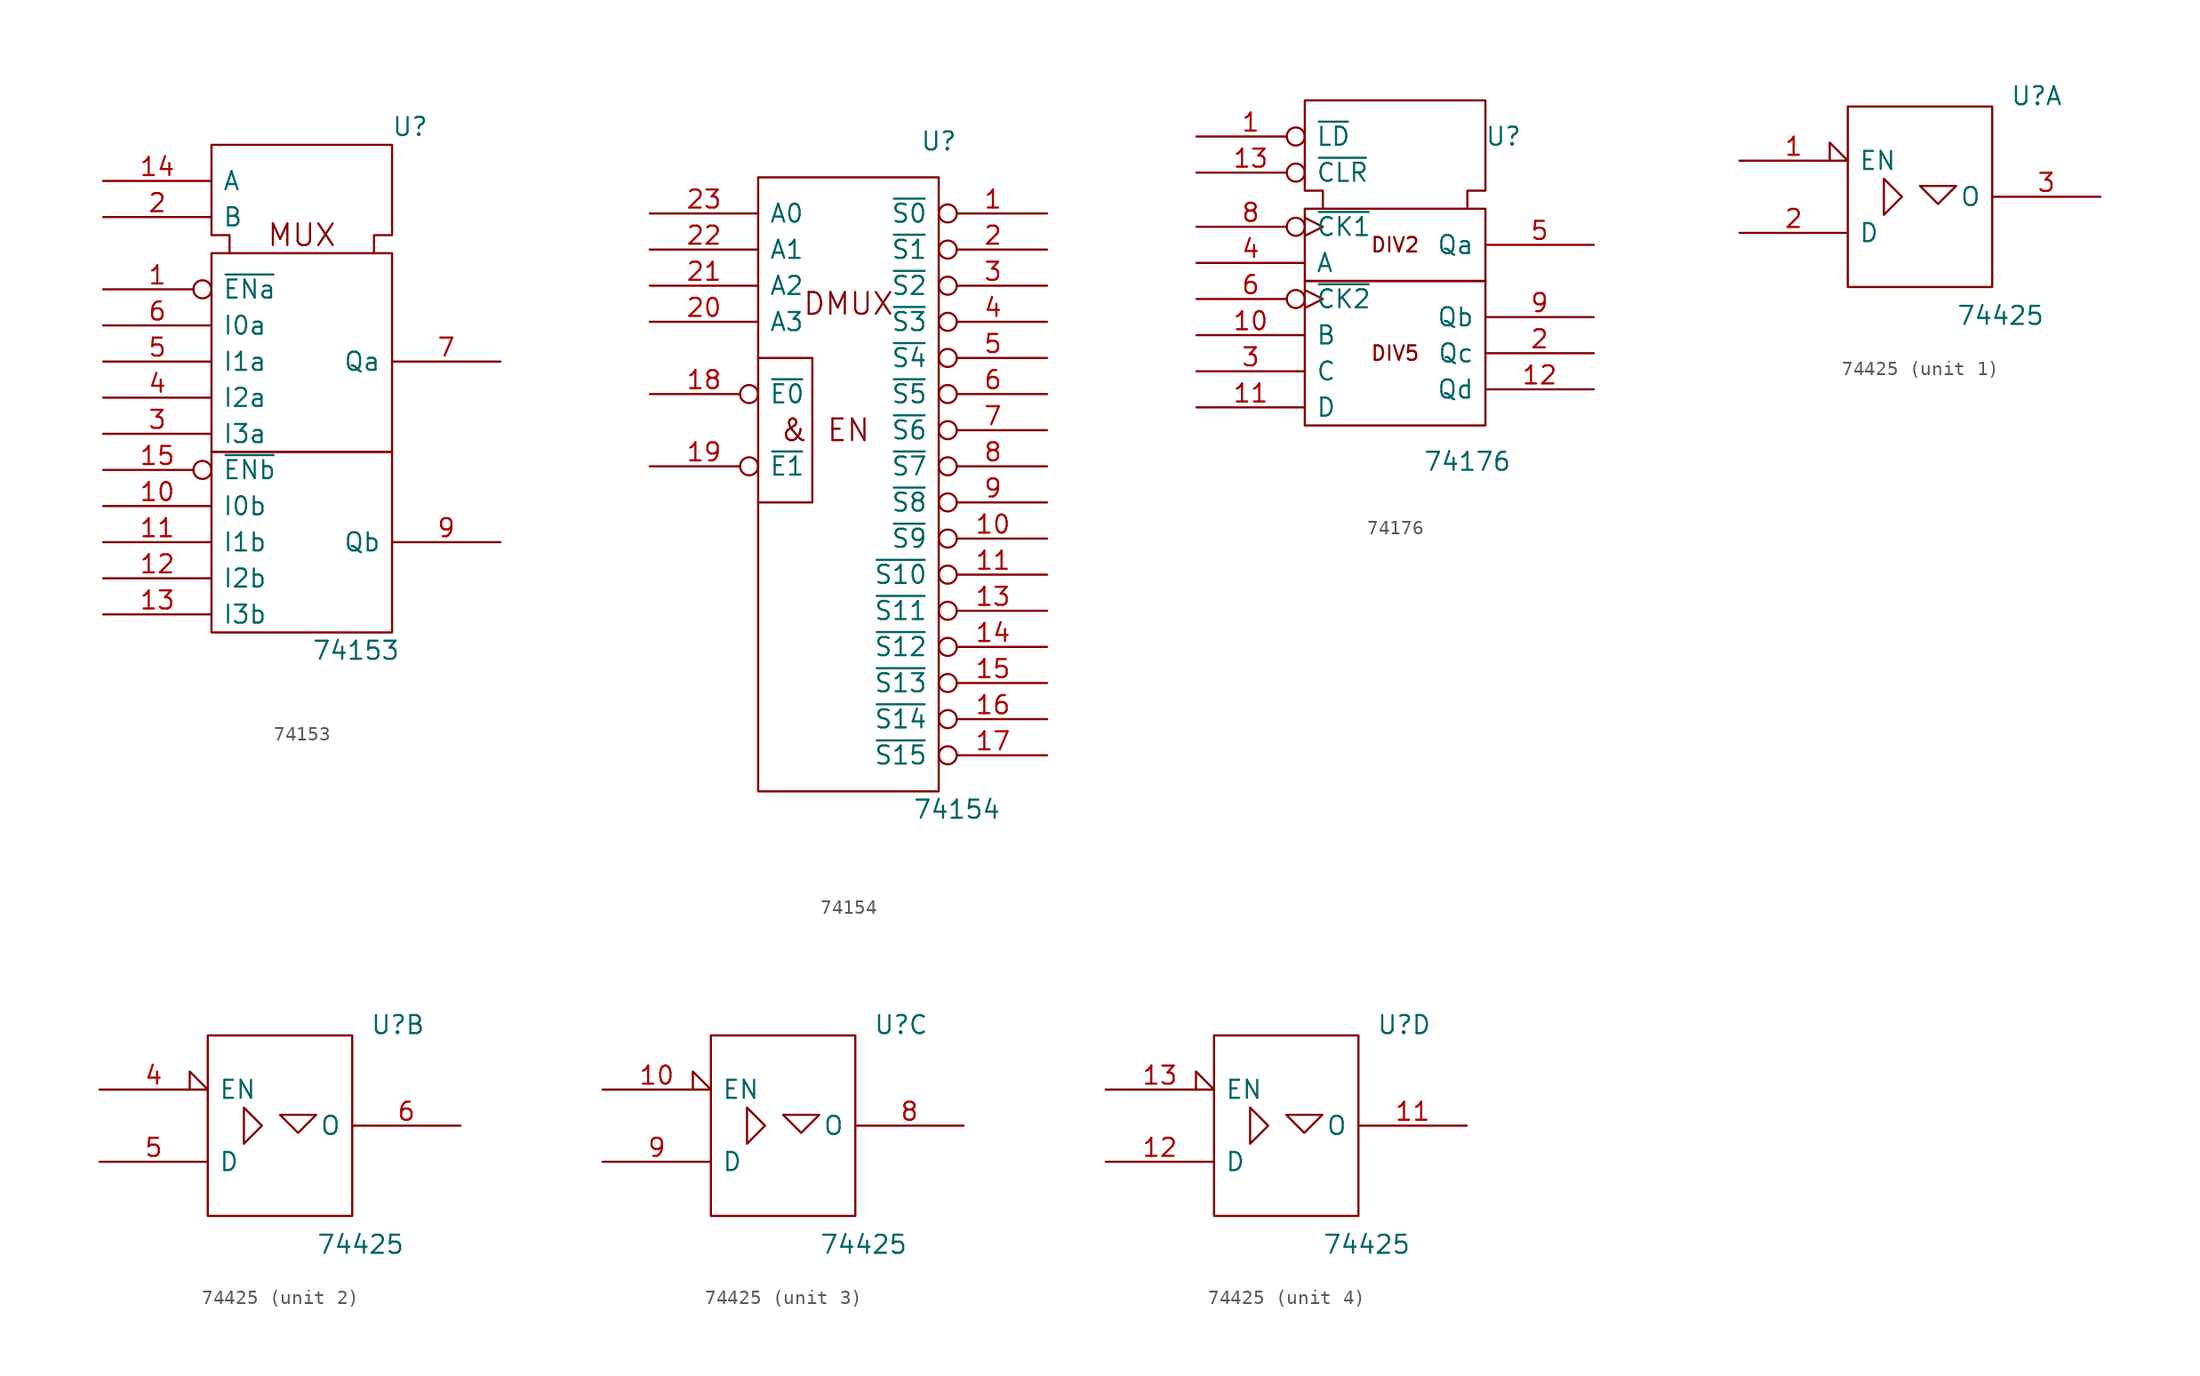
<source format=kicad_sym>
(kicad_symbol_lib
  (version 20201005)
  (generator kicad_symbol_editor)
  (symbol "74153"
    (pin_names
      (offset 0.762))
    (property "Reference" "U"
      (at 7.62 20.32 0)
      (effects (font (size 1.27 1.27))))
    (property "Value" "74153"
      (at 3.81 -16.51 0)
      (effects (font (size 1.27 1.27))))
    (symbol "74153_0_0"
      (text "MUX" (at 0 12.7 0) (effects (font (size 1.524 1.524))))
      (rectangle (start -6.35 -2.54) (end 6.35 -15.24) (stroke (width 0)) (fill (type none)))
      (rectangle (start -6.35 11.43) (end 6.35 -2.54) (stroke (width 0)) (fill (type none)))
      (polyline (pts (xy -5.08 11.43) (xy -5.08 12.7) (xy -6.35 12.7) (xy -6.35 19.05) (xy 6.35 19.05) (xy 6.35 12.7) (xy 5.08 12.7) (xy 5.08 11.43) (xy 5.08 11.43)) (stroke (width 0)) (fill (type none)))
      (pin power_in line (at 0 19.05 270) (length 0) hide (name "GND" (effects (font (size 1.27 1.27)))) (number "8" (effects (font (size 1.27 1.27)))))
      (pin power_in line (at 5.08 19.05 270) (length 0) hide (name "VCC" (effects (font (size 1.27 1.27)))) (number "16" (effects (font (size 1.27 1.27))))))
    (symbol "74153_1_1"
      (pin output line (at 13.97 -8.89 180) (length 7.62) (name "Qb" (effects (font (size 1.27 1.27)))) (number "9" (effects (font (size 1.27 1.27)))))
      (pin output line (at 13.97 3.81 180) (length 7.62) (name "Qa" (effects (font (size 1.27 1.27)))) (number "7" (effects (font (size 1.27 1.27)))))
      (pin input line (at -13.97 -13.97 0) (length 7.62) (name "I3b" (effects (font (size 1.27 1.27)))) (number "13" (effects (font (size 1.27 1.27)))))
      (pin input line (at -13.97 -11.43 0) (length 7.62) (name "I2b" (effects (font (size 1.27 1.27)))) (number "12" (effects (font (size 1.27 1.27)))))
      (pin input line (at -13.97 -8.89 0) (length 7.62) (name "I1b" (effects (font (size 1.27 1.27)))) (number "11" (effects (font (size 1.27 1.27)))))
      (pin input line (at -13.97 -6.35 0) (length 7.62) (name "I0b" (effects (font (size 1.27 1.27)))) (number "10" (effects (font (size 1.27 1.27)))))
      (pin input inverted (at -13.97 -3.81 0) (length 7.62) (name "~ENb" (effects (font (size 1.27 1.27)))) (number "15" (effects (font (size 1.27 1.27)))))
      (pin input line (at -13.97 -1.27 0) (length 7.62) (name "I3a" (effects (font (size 1.27 1.27)))) (number "3" (effects (font (size 1.27 1.27)))))
      (pin input line (at -13.97 1.27 0) (length 7.62) (name "I2a" (effects (font (size 1.27 1.27)))) (number "4" (effects (font (size 1.27 1.27)))))
      (pin input line (at -13.97 3.81 0) (length 7.62) (name "I1a" (effects (font (size 1.27 1.27)))) (number "5" (effects (font (size 1.27 1.27)))))
      (pin input line (at -13.97 6.35 0) (length 7.62) (name "I0a" (effects (font (size 1.27 1.27)))) (number "6" (effects (font (size 1.27 1.27)))))
      (pin input inverted (at -13.97 8.89 0) (length 7.62) (name "~ENa" (effects (font (size 1.27 1.27)))) (number "1" (effects (font (size 1.27 1.27)))))
      (pin input line (at -13.97 13.97 0) (length 7.62) (name "B" (effects (font (size 1.27 1.27)))) (number "2" (effects (font (size 1.27 1.27)))))
      (pin input line (at -13.97 16.51 0) (length 7.62) (name "A" (effects (font (size 1.27 1.27)))) (number "14" (effects (font (size 1.27 1.27)))))))
  (symbol "74154"
    (pin_names
      (offset 0.762))
    (property "Reference" "U"
      (at 6.35 25.4 0)
      (effects (font (size 1.27 1.27))))
    (property "Value" "74154"
      (at 7.62 -21.59 0)
      (effects (font (size 1.27 1.27))))
    (symbol "74154_0_0"
      (text "&" (at -3.81 5.08 0) (effects (font (size 1.524 1.524))))
      (text "EN" (at 0 5.08 0) (effects (font (size 1.524 1.524))))
      (text "DMUX" (at 0 13.97 0) (effects (font (size 1.524 1.524))))
      (rectangle (start -6.35 22.86) (end 6.35 -20.32) (stroke (width 0)) (fill (type none)))
      (polyline (pts (xy -6.35 10.16) (xy -2.54 10.16) (xy -2.54 0) (xy -6.35 0) (xy -6.35 0)) (stroke (width 0)) (fill (type none)))
      (pin power_in line (at 0 22.86 270) (length 0) hide (name "VCC" (effects (font (size 1.27 1.27)))) (number "24" (effects (font (size 1.27 1.27)))))
      (pin power_in line (at 0 -20.32 90) (length 0) hide (name "GND" (effects (font (size 1.27 1.27)))) (number "12" (effects (font (size 1.27 1.27))))))
    (symbol "74154_1_1"
      (pin output inverted (at 13.97 -17.78 180) (length 7.62) (name "~S15" (effects (font (size 1.27 1.27)))) (number "17" (effects (font (size 1.27 1.27)))))
      (pin output inverted (at 13.97 -15.24 180) (length 7.62) (name "~S14" (effects (font (size 1.27 1.27)))) (number "16" (effects (font (size 1.27 1.27)))))
      (pin input inverted (at 13.97 -12.7 180) (length 7.62) (name "~S13" (effects (font (size 1.27 1.27)))) (number "15" (effects (font (size 1.27 1.27)))))
      (pin output inverted (at 13.97 -10.16 180) (length 7.62) (name "~S12" (effects (font (size 1.27 1.27)))) (number "14" (effects (font (size 1.27 1.27)))))
      (pin output inverted (at 13.97 -7.62 180) (length 7.62) (name "~S11" (effects (font (size 1.27 1.27)))) (number "13" (effects (font (size 1.27 1.27)))))
      (pin output inverted (at 13.97 -5.08 180) (length 7.62) (name "~S10" (effects (font (size 1.27 1.27)))) (number "11" (effects (font (size 1.27 1.27)))))
      (pin output inverted (at 13.97 -2.54 180) (length 7.62) (name "~S9" (effects (font (size 1.27 1.27)))) (number "10" (effects (font (size 1.27 1.27)))))
      (pin output inverted (at 13.97 0 180) (length 7.62) (name "~S8" (effects (font (size 1.27 1.27)))) (number "9" (effects (font (size 1.27 1.27)))))
      (pin output inverted (at 13.97 2.54 180) (length 7.62) (name "~S7" (effects (font (size 1.27 1.27)))) (number "8" (effects (font (size 1.27 1.27)))))
      (pin output inverted (at 13.97 5.08 180) (length 7.62) (name "~S6" (effects (font (size 1.27 1.27)))) (number "7" (effects (font (size 1.27 1.27)))))
      (pin output inverted (at 13.97 7.62 180) (length 7.62) (name "~S5" (effects (font (size 1.27 1.27)))) (number "6" (effects (font (size 1.27 1.27)))))
      (pin output inverted (at 13.97 10.16 180) (length 7.62) (name "~S4" (effects (font (size 1.27 1.27)))) (number "5" (effects (font (size 1.27 1.27)))))
      (pin output inverted (at 13.97 12.7 180) (length 7.62) (name "~S3" (effects (font (size 1.27 1.27)))) (number "4" (effects (font (size 1.27 1.27)))))
      (pin output inverted (at 13.97 15.24 180) (length 7.62) (name "~S2" (effects (font (size 1.27 1.27)))) (number "3" (effects (font (size 1.27 1.27)))))
      (pin output inverted (at 13.97 17.78 180) (length 7.62) (name "~S1" (effects (font (size 1.27 1.27)))) (number "2" (effects (font (size 1.27 1.27)))))
      (pin output inverted (at 13.97 20.32 180) (length 7.62) (name "~S0" (effects (font (size 1.27 1.27)))) (number "1" (effects (font (size 1.27 1.27)))))
      (pin input inverted (at -13.97 2.54 0) (length 7.62) (name "~E1" (effects (font (size 1.27 1.27)))) (number "19" (effects (font (size 1.27 1.27)))))
      (pin input inverted (at -13.97 7.62 0) (length 7.62) (name "~E0" (effects (font (size 1.27 1.27)))) (number "18" (effects (font (size 1.27 1.27)))))
      (pin input line (at -13.97 12.7 0) (length 7.62) (name "A3" (effects (font (size 1.27 1.27)))) (number "20" (effects (font (size 1.27 1.27)))))
      (pin input line (at -13.97 15.24 0) (length 7.62) (name "A2" (effects (font (size 1.27 1.27)))) (number "21" (effects (font (size 1.27 1.27)))))
      (pin input line (at -13.97 17.78 0) (length 7.62) (name "A1" (effects (font (size 1.27 1.27)))) (number "22" (effects (font (size 1.27 1.27)))))
      (pin input line (at -13.97 20.32 0) (length 7.62) (name "A0" (effects (font (size 1.27 1.27)))) (number "23" (effects (font (size 1.27 1.27)))))))
  (symbol "74176"
    (pin_names
      (offset 0.762))
    (property "Reference" "U"
      (at 7.62 6.35 0)
      (effects (font (size 1.27 1.27))))
    (property "Value" "74176"
      (at 5.08 -16.51 0)
      (effects (font (size 1.27 1.27))))
    (symbol "74176_0_0"
      (text "DIV2" (at 0 -1.27 0) (effects (font (size 1.016 1.016))))
      (text "DIV5" (at 0 -8.89 0) (effects (font (size 1.016 1.016))))
      (polyline (pts (xy -5.08 1.27) (xy -5.08 2.54) (xy -6.35 2.54) (xy -6.35 8.89) (xy 6.35 8.89) (xy 6.35 2.54) (xy 5.08 2.54) (xy 5.08 1.27) (xy 5.08 1.27)) (stroke (width 0)) (fill (type none))))
    (symbol "74176_0_1"
      (rectangle (start -6.35 -3.81) (end 6.35 -13.97) (stroke (width 0)) (fill (type none)))
      (rectangle (start -6.35 1.27) (end 6.35 -3.81) (stroke (width 0)) (fill (type none)))
      (pin power_in line (at 0 8.89 270) (length 0) hide (name "Gnd" (effects (font (size 1.27 1.27)))) (number "7" (effects (font (size 1.27 1.27)))))
      (pin power_in line (at 3.81 8.89 270) (length 0) hide (name "Vcc" (effects (font (size 1.27 1.27)))) (number "14" (effects (font (size 1.27 1.27))))))
    (symbol "74176_1_1"
      (pin output line (at 13.97 -11.43 180) (length 7.62) (name "Qd" (effects (font (size 1.27 1.27)))) (number "12" (effects (font (size 1.27 1.27)))))
      (pin output line (at 13.97 -8.89 180) (length 7.62) (name "Qc" (effects (font (size 1.27 1.27)))) (number "2" (effects (font (size 1.27 1.27)))))
      (pin output line (at 13.97 -6.35 180) (length 7.62) (name "Qb" (effects (font (size 1.27 1.27)))) (number "9" (effects (font (size 1.27 1.27)))))
      (pin output line (at 13.97 -1.27 180) (length 7.62) (name "Qa" (effects (font (size 1.27 1.27)))) (number "5" (effects (font (size 1.27 1.27)))))
      (pin input line (at -13.97 -12.7 0) (length 7.62) (name "D" (effects (font (size 1.27 1.27)))) (number "11" (effects (font (size 1.27 1.27)))))
      (pin input line (at -13.97 -10.16 0) (length 7.62) (name "C" (effects (font (size 1.27 1.27)))) (number "3" (effects (font (size 1.27 1.27)))))
      (pin input line (at -13.97 -7.62 0) (length 7.62) (name "B" (effects (font (size 1.27 1.27)))) (number "10" (effects (font (size 1.27 1.27)))))
      (pin input inverted_clock (at -13.97 -5.08 0) (length 7.62) (name "~CK2" (effects (font (size 1.27 1.27)))) (number "6" (effects (font (size 1.27 1.27)))))
      (pin input line (at -13.97 -2.54 0) (length 7.62) (name "A" (effects (font (size 1.27 1.27)))) (number "4" (effects (font (size 1.27 1.27)))))
      (pin input inverted_clock (at -13.97 0 0) (length 7.62) (name "~CK1" (effects (font (size 1.27 1.27)))) (number "8" (effects (font (size 1.27 1.27)))))
      (pin input inverted (at -13.97 3.81 0) (length 7.62) (name "~CLR" (effects (font (size 1.27 1.27)))) (number "13" (effects (font (size 1.27 1.27)))))
      (pin input inverted (at -13.97 6.35 0) (length 7.62) (name "~LD" (effects (font (size 1.27 1.27)))) (number "1" (effects (font (size 1.27 1.27)))))))
  (symbol "74425"
    (pin_names
      (offset 0.762))
    (property "Reference" "U"
      (at 6.35 6.35 0)
      (effects (font (size 1.27 1.27)) (justify left bottom)))
    (property "Value" "74425"
      (at 2.54 -7.62 0)
      (effects (font (size 1.27 1.27)) (justify left top)))
    (symbol "74425_0_1"
      (rectangle (start -5.08 6.35) (end 5.08 -6.35) (stroke (width 0)) (fill (type none)))
      (polyline (pts (xy 0 0.762) (xy 2.54 0.762) (xy 1.27 -0.508) (xy 0 0.762) (xy 0 0.762)) (stroke (width 0)) (fill (type none)))
      (polyline (pts (xy -2.54 1.27) (xy -2.54 -1.27) (xy -1.27 0) (xy -2.54 1.27) (xy -2.54 1.27)) (stroke (width 0)) (fill (type none)))
      (pin power_in line (at 0 6.35 270) (length 0) hide (name "VCC" (effects (font (size 1.27 1.27)))) (number "14" (effects (font (size 1.27 1.27)))))
      (pin power_in line (at 0 -6.35 90) (length 0) hide (name "GND" (effects (font (size 1.27 1.27)))) (number "7" (effects (font (size 1.27 1.27))))))
    (symbol "74425_1_0"
      (pin input input_low (at -12.7 2.54 0) (length 7.62) (name "EN" (effects (font (size 1.27 1.27)))) (number "1" (effects (font (size 1.27 1.27))))))
    (symbol "74425_1_1"
      (pin tri_state line (at 12.7 0 180) (length 7.62) (name "O" (effects (font (size 1.27 1.27)))) (number "3" (effects (font (size 1.27 1.27)))))
      (pin input line (at -12.7 -2.54 0) (length 7.62) (name "D" (effects (font (size 1.27 1.27)))) (number "2" (effects (font (size 1.27 1.27))))))
    (symbol "74425_2_0"
      (pin input input_low (at -12.7 2.54 0) (length 7.62) (name "EN" (effects (font (size 1.27 1.27)))) (number "4" (effects (font (size 1.27 1.27))))))
    (symbol "74425_2_1"
      (pin tri_state line (at 12.7 0 180) (length 7.62) (name "O" (effects (font (size 1.27 1.27)))) (number "6" (effects (font (size 1.27 1.27)))))
      (pin input line (at -12.7 -2.54 0) (length 7.62) (name "D" (effects (font (size 1.27 1.27)))) (number "5" (effects (font (size 1.27 1.27))))))
    (symbol "74425_3_0"
      (pin input input_low (at -12.7 2.54 0) (length 7.62) (name "EN" (effects (font (size 1.27 1.27)))) (number "10" (effects (font (size 1.27 1.27))))))
    (symbol "74425_3_1"
      (pin tri_state line (at 12.7 0 180) (length 7.62) (name "O" (effects (font (size 1.27 1.27)))) (number "8" (effects (font (size 1.27 1.27)))))
      (pin input line (at -12.7 -2.54 0) (length 7.62) (name "D" (effects (font (size 1.27 1.27)))) (number "9" (effects (font (size 1.27 1.27))))))
    (symbol "74425_4_0"
      (pin input input_low (at -12.7 2.54 0) (length 7.62) (name "EN" (effects (font (size 1.27 1.27)))) (number "13" (effects (font (size 1.27 1.27))))))
    (symbol "74425_4_1"
      (pin tri_state line (at 12.7 0 180) (length 7.62) (name "O" (effects (font (size 1.27 1.27)))) (number "11" (effects (font (size 1.27 1.27)))))
      (pin input line (at -12.7 -2.54 0) (length 7.62) (name "D" (effects (font (size 1.27 1.27)))) (number "12" (effects (font (size 1.27 1.27))))))))
</source>
